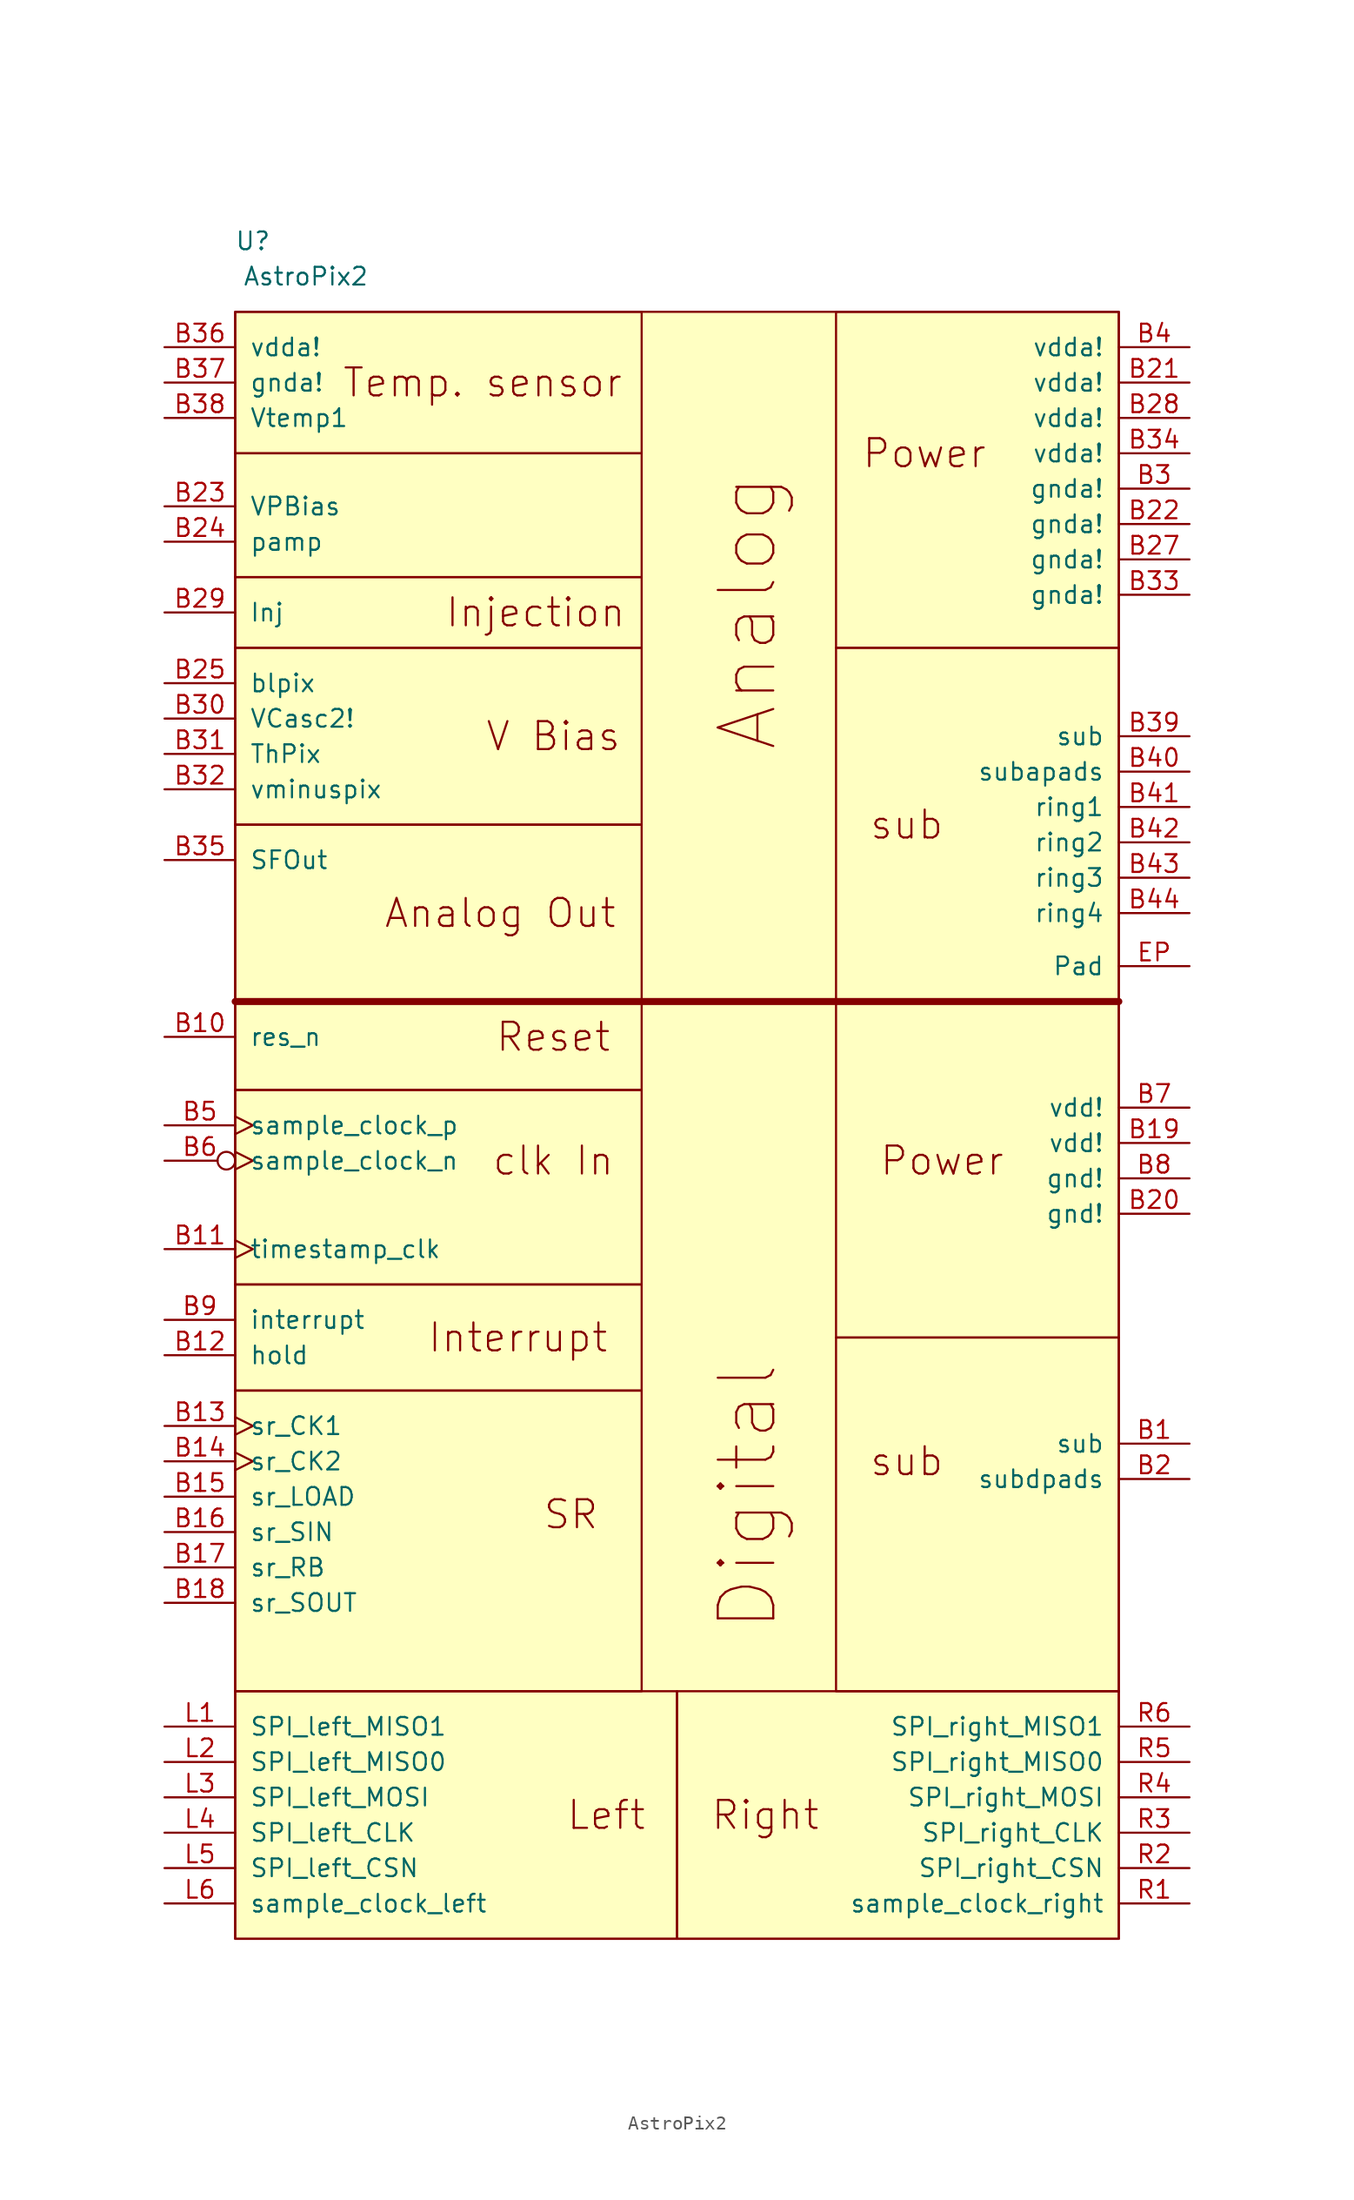
<source format=kicad_sym>
(kicad_symbol_lib
  (version 20211014)
  (generator kicad_symbol_editor)
  (symbol "AstroPix2"
    (pin_names
      (offset 1.016))
    (property "Reference" "U"
      (at -25.4 54.61 0)
      (effects (font (size 1.27 1.27))))
    (property "Value" "AstroPix2"
      (at -21.59 52.07 0)
      (effects (font (size 1.27 1.27))))
    (symbol "AstroPix2_0_0"
      (text "Digital" (at 10.16 -35.56 900) (effects (font (size 3.988 3.988))))
      (text "Power" (at 22.86 39.37 0) (effects (font (size 2.007 2.007))))
      (pin power_in line (at 41.91 -31.75 180) (length 5.08) (name "sub" (effects (font (size 1.27 1.27)))) (number "B1" (effects (font (size 1.27 1.27)))))
      (pin input line (at -31.75 -2.54 0) (length 5.08) (name "res_n" (effects (font (size 1.27 1.27)))) (number "B10" (effects (font (size 1.27 1.27)))))
      (pin input clock (at -31.75 -17.78 0) (length 5.08) (name "timestamp_clk" (effects (font (size 1.27 1.27)))) (number "B11" (effects (font (size 1.27 1.27)))))
      (pin output line (at -31.75 -25.4 0) (length 5.08) (name "hold" (effects (font (size 1.27 1.27)))) (number "B12" (effects (font (size 1.27 1.27)))))
      (pin input clock (at -31.75 -30.48 0) (length 5.08) (name "sr_CK1" (effects (font (size 1.27 1.27)))) (number "B13" (effects (font (size 1.27 1.27)))))
      (pin input clock (at -31.75 -33.02 0) (length 5.08) (name "sr_CK2" (effects (font (size 1.27 1.27)))) (number "B14" (effects (font (size 1.27 1.27)))))
      (pin input line (at -31.75 -35.56 0) (length 5.08) (name "sr_LOAD" (effects (font (size 1.27 1.27)))) (number "B15" (effects (font (size 1.27 1.27)))))
      (pin input line (at -31.75 -38.1 0) (length 5.08) (name "sr_SIN" (effects (font (size 1.27 1.27)))) (number "B16" (effects (font (size 1.27 1.27)))))
      (pin input line (at -31.75 -40.64 0) (length 5.08) (name "sr_RB" (effects (font (size 1.27 1.27)))) (number "B17" (effects (font (size 1.27 1.27)))))
      (pin output line (at -31.75 -43.18 0) (length 5.08) (name "sr_SOUT" (effects (font (size 1.27 1.27)))) (number "B18" (effects (font (size 1.27 1.27)))))
      (pin power_in line (at 41.91 -10.16 180) (length 5.08) (name "vdd!" (effects (font (size 1.27 1.27)))) (number "B19" (effects (font (size 1.27 1.27)))))
      (pin power_in line (at 41.91 -34.29 180) (length 5.08) (name "subdpads" (effects (font (size 1.27 1.27)))) (number "B2" (effects (font (size 1.27 1.27)))))
      (pin power_in line (at 41.91 -15.24 180) (length 5.08) (name "gnd!" (effects (font (size 1.27 1.27)))) (number "B20" (effects (font (size 1.27 1.27)))))
      (pin power_in line (at 41.91 44.45 180) (length 5.08) (name "vdda!" (effects (font (size 1.27 1.27)))) (number "B21" (effects (font (size 1.27 1.27)))))
      (pin power_in line (at 41.91 34.29 180) (length 5.08) (name "gnda!" (effects (font (size 1.27 1.27)))) (number "B22" (effects (font (size 1.27 1.27)))))
      (pin unspecified line (at -31.75 35.56 0) (length 5.08) (name "VPBias" (effects (font (size 1.27 1.27)))) (number "B23" (effects (font (size 1.27 1.27)))))
      (pin unspecified line (at -31.75 33.02 0) (length 5.08) (name "pamp" (effects (font (size 1.27 1.27)))) (number "B24" (effects (font (size 1.27 1.27)))))
      (pin input line (at -31.75 22.86 0) (length 5.08) (name "blpix" (effects (font (size 1.27 1.27)))) (number "B25" (effects (font (size 1.27 1.27)))))
      (pin no_connect line (at -31.75 3.81 0) (length 5.08) hide (name "NC" (effects (font (size 1.27 1.27)))) (number "B26" (effects (font (size 1.27 1.27)))))
      (pin power_in line (at 41.91 31.75 180) (length 5.08) (name "gnda!" (effects (font (size 1.27 1.27)))) (number "B27" (effects (font (size 1.27 1.27)))))
      (pin power_in line (at 41.91 41.91 180) (length 5.08) (name "vdda!" (effects (font (size 1.27 1.27)))) (number "B28" (effects (font (size 1.27 1.27)))))
      (pin input line (at -31.75 27.94 0) (length 5.08) (name "Inj" (effects (font (size 1.27 1.27)))) (number "B29" (effects (font (size 1.27 1.27)))))
      (pin power_in line (at 41.91 36.83 180) (length 5.08) (name "gnda!" (effects (font (size 1.27 1.27)))) (number "B3" (effects (font (size 1.27 1.27)))))
      (pin input line (at -31.75 20.32 0) (length 5.08) (name "VCasc2!" (effects (font (size 1.27 1.27)))) (number "B30" (effects (font (size 1.27 1.27)))))
      (pin input line (at -31.75 17.78 0) (length 5.08) (name "ThPix" (effects (font (size 1.27 1.27)))) (number "B31" (effects (font (size 1.27 1.27)))))
      (pin input line (at -31.75 15.24 0) (length 5.08) (name "vminuspix" (effects (font (size 1.27 1.27)))) (number "B32" (effects (font (size 1.27 1.27)))))
      (pin power_in line (at 41.91 29.21 180) (length 5.08) (name "gnda!" (effects (font (size 1.27 1.27)))) (number "B33" (effects (font (size 1.27 1.27)))))
      (pin power_in line (at 41.91 39.37 180) (length 5.08) (name "vdda!" (effects (font (size 1.27 1.27)))) (number "B34" (effects (font (size 1.27 1.27)))))
      (pin output line (at -31.75 10.16 0) (length 5.08) (name "SFOut" (effects (font (size 1.27 1.27)))) (number "B35" (effects (font (size 1.27 1.27)))))
      (pin power_in line (at -31.75 46.99 0) (length 5.08) (name "vdda!" (effects (font (size 1.27 1.27)))) (number "B36" (effects (font (size 1.27 1.27)))))
      (pin power_in line (at -31.75 44.45 0) (length 5.08) (name "gnda!" (effects (font (size 1.27 1.27)))) (number "B37" (effects (font (size 1.27 1.27)))))
      (pin output line (at -31.75 41.91 0) (length 5.08) (name "Vtemp1" (effects (font (size 1.27 1.27)))) (number "B38" (effects (font (size 1.27 1.27)))))
      (pin power_in line (at 41.91 19.05 180) (length 5.08) (name "sub" (effects (font (size 1.27 1.27)))) (number "B39" (effects (font (size 1.27 1.27)))))
      (pin power_in line (at 41.91 46.99 180) (length 5.08) (name "vdda!" (effects (font (size 1.27 1.27)))) (number "B4" (effects (font (size 1.27 1.27)))))
      (pin power_in line (at 41.91 16.51 180) (length 5.08) (name "subapads" (effects (font (size 1.27 1.27)))) (number "B40" (effects (font (size 1.27 1.27)))))
      (pin power_in line (at 41.91 13.97 180) (length 5.08) (name "ring1" (effects (font (size 1.27 1.27)))) (number "B41" (effects (font (size 1.27 1.27)))))
      (pin power_in line (at 41.91 11.43 180) (length 5.08) (name "ring2" (effects (font (size 1.27 1.27)))) (number "B42" (effects (font (size 1.27 1.27)))))
      (pin power_in line (at 41.91 8.89 180) (length 5.08) (name "ring3" (effects (font (size 1.27 1.27)))) (number "B43" (effects (font (size 1.27 1.27)))))
      (pin power_in line (at 41.91 6.35 180) (length 5.08) (name "ring4" (effects (font (size 1.27 1.27)))) (number "B44" (effects (font (size 1.27 1.27)))))
      (pin input clock (at -31.75 -8.89 0) (length 5.08) (name "sample_clock_p" (effects (font (size 1.27 1.27)))) (number "B5" (effects (font (size 1.27 1.27)))))
      (pin input inverted_clock (at -31.75 -11.43 0) (length 5.08) (name "sample_clock_n" (effects (font (size 1.27 1.27)))) (number "B6" (effects (font (size 1.27 1.27)))))
      (pin power_in line (at 41.91 -7.62 180) (length 5.08) (name "vdd!" (effects (font (size 1.27 1.27)))) (number "B7" (effects (font (size 1.27 1.27)))))
      (pin power_in line (at 41.91 -12.7 180) (length 5.08) (name "gnd!" (effects (font (size 1.27 1.27)))) (number "B8" (effects (font (size 1.27 1.27)))))
      (pin open_collector line (at -31.75 -22.86 0) (length 5.08) (name "interrupt" (effects (font (size 1.27 1.27)))) (number "B9" (effects (font (size 1.27 1.27)))))
      (pin power_in line (at 41.91 2.54 180) (length 5.08) (name "Pad" (effects (font (size 1.27 1.27)))) (number "EP" (effects (font (size 1.27 1.27)))))
      (pin output line (at -31.75 -52.07 0) (length 5.08) (name "SPI_left_MISO1" (effects (font (size 1.27 1.27)))) (number "L1" (effects (font (size 1.27 1.27)))))
      (pin output line (at -31.75 -54.61 0) (length 5.08) (name "SPI_left_MISO0" (effects (font (size 1.27 1.27)))) (number "L2" (effects (font (size 1.27 1.27)))))
      (pin input line (at -31.75 -57.15 0) (length 5.08) (name "SPI_left_MOSI" (effects (font (size 1.27 1.27)))) (number "L3" (effects (font (size 1.27 1.27)))))
      (pin input line (at -31.75 -59.69 0) (length 5.08) (name "SPI_left_CLK" (effects (font (size 1.27 1.27)))) (number "L4" (effects (font (size 1.27 1.27)))))
      (pin output line (at -31.75 -62.23 0) (length 5.08) (name "SPI_left_CSN" (effects (font (size 1.27 1.27)))) (number "L5" (effects (font (size 1.27 1.27)))))
      (pin input line (at -31.75 -64.77 0) (length 5.08) (name "sample_clock_left" (effects (font (size 1.27 1.27)))) (number "L6" (effects (font (size 1.27 1.27)))))
      (pin output line (at 41.91 -64.77 180) (length 5.08) (name "sample_clock_right" (effects (font (size 1.27 1.27)))) (number "R1" (effects (font (size 1.27 1.27)))))
      (pin input line (at 41.91 -62.23 180) (length 5.08) (name "SPI_right_CSN" (effects (font (size 1.27 1.27)))) (number "R2" (effects (font (size 1.27 1.27)))))
      (pin output line (at 41.91 -59.69 180) (length 5.08) (name "SPI_right_CLK" (effects (font (size 1.27 1.27)))) (number "R3" (effects (font (size 1.27 1.27)))))
      (pin output line (at 41.91 -57.15 180) (length 5.08) (name "SPI_right_MOSI" (effects (font (size 1.27 1.27)))) (number "R4" (effects (font (size 1.27 1.27)))))
      (pin input line (at 41.91 -54.61 180) (length 5.08) (name "SPI_right_MISO0" (effects (font (size 1.27 1.27)))) (number "R5" (effects (font (size 1.27 1.27)))))
      (pin input line (at 41.91 -52.07 180) (length 5.08) (name "SPI_right_MISO1" (effects (font (size 1.27 1.27)))) (number "R6" (effects (font (size 1.27 1.27))))))
    (symbol "AstroPix2_0_1"
      (polyline (pts (xy -5.08 0) (xy -5.08 0)) (stroke (width 0) (type default) (color 0 0 0 0)) (fill (type none))))
    (symbol "AstroPix2_1_1"
      (rectangle (start -26.67 -49.53) (end 5.08 -67.31) (stroke (width 0) (type default) (color 0 0 0 0)) (fill (type none)))
      (rectangle (start -26.67 -27.94) (end 2.54 -49.53) (stroke (width 0) (type default) (color 0 0 0 0)) (fill (type none)))
      (rectangle (start -26.67 -27.94) (end 2.54 -20.32) (stroke (width 0) (type default) (color 0 0 0 0)) (fill (type none)))
      (rectangle (start -26.67 -6.35) (end 2.54 -20.32) (stroke (width 0) (type default) (color 0 0 0 0)) (fill (type none)))
      (rectangle (start -26.67 0) (end 2.54 -6.35) (stroke (width 0) (type default) (color 0 0 0 0)) (fill (type none)))
      (rectangle (start -26.67 12.7) (end 2.54 0) (stroke (width 0) (type default) (color 0 0 0 0)) (fill (type none)))
      (rectangle (start -26.67 25.4) (end 2.54 12.7) (stroke (width 0) (type default) (color 0 0 0 0)) (fill (type none)))
      (rectangle (start -26.67 30.48) (end 2.54 25.4) (stroke (width 0) (type default) (color 0 0 0 0)) (fill (type none)))
      (rectangle (start -26.67 39.37) (end 2.54 30.48) (stroke (width 0) (type default) (color 0 0 0 0)) (fill (type none)))
      (rectangle (start -26.67 49.53) (end 2.54 39.37) (stroke (width 0) (type default) (color 0 0 0 0)) (fill (type none)))
      (rectangle (start -26.67 49.53) (end 36.83 -67.31) (stroke (width 0) (type default) (color 0 0 0 0)) (fill (type background)))
      (polyline (pts (xy -26.67 0) (xy 36.83 0)) (stroke (width 0.508) (type default) (color 0 0 0 0)) (fill (type none)))
      (polyline (pts (xy 17.78 0) (xy 17.78 0)) (stroke (width 0) (type default) (color 0 0 0 0)) (fill (type none)))
      (polyline (pts (xy 17.78 0) (xy 17.78 0)) (stroke (width 0) (type default) (color 0 0 0 0)) (fill (type none)))
      (polyline (pts (xy 17.78 0) (xy 17.78 0)) (stroke (width 0) (type default) (color 0 0 0 0)) (fill (type none)))
      (polyline (pts (xy 17.78 0) (xy 17.78 0)) (stroke (width 0) (type default) (color 0 0 0 0)) (fill (type none)))
      (polyline (pts (xy 17.78 0) (xy 17.78 0)) (stroke (width 0) (type default) (color 0 0 0 0)) (fill (type none)))
      (polyline (pts (xy 26.67 0) (xy 26.67 0)) (stroke (width 0) (type default) (color 0 0 0 0)) (fill (type none)))
      (rectangle (start 5.08 -49.53) (end 36.83 -67.31) (stroke (width 0) (type default) (color 0 0 0 0)) (fill (type none)))
      (rectangle (start 16.51 -24.13) (end 36.83 0) (stroke (width 0) (type default) (color 0 0 0 0)) (fill (type none)))
      (rectangle (start 16.51 25.4) (end 36.83 49.53) (stroke (width 0) (type default) (color 0 0 0 0)) (fill (type none)))
      (rectangle (start 36.83 -24.13) (end 16.51 -49.53) (stroke (width 0) (type default) (color 0 0 0 0)) (fill (type none)))
      (rectangle (start 36.83 25.4) (end 16.51 0) (stroke (width 0) (type default) (color 0 0 0 0)) (fill (type none)))
      (text "Analog" (at 10.16 27.94 900) (effects (font (size 3.988 3.988))))
      (text "Analog Out" (at -7.62 6.35 0) (effects (font (size 2.007 2.007))))
      (text "clk In" (at -3.81 -11.43 0) (effects (font (size 2.007 2.007))))
      (text "Injection" (at -5.08 27.94 0) (effects (font (size 2.007 2.007))))
      (text "Interrupt" (at -6.35 -24.13 0) (effects (font (size 2.007 2.007))))
      (text "Left" (at 0 -58.42 0) (effects (font (size 2.007 2.007))))
      (text "Power" (at 24.13 -11.43 0) (effects (font (size 2.007 2.007))))
      (text "Reset" (at -3.81 -2.54 0) (effects (font (size 2.007 2.007))))
      (text "Right" (at 11.43 -58.42 0) (effects (font (size 2.007 2.007))))
      (text "SR" (at -2.54 -36.83 0) (effects (font (size 2.007 2.007))))
      (text "sub" (at 21.59 -33.02 0) (effects (font (size 2.007 2.007))))
      (text "sub" (at 21.59 12.7 0) (effects (font (size 2.007 2.007))))
      (text "Temp. sensor" (at -8.89 44.45 0) (effects (font (size 2.007 2.007))))
      (text "V Bias" (at -3.81 19.05 0) (effects (font (size 2.007 2.007)))))))
</source>
